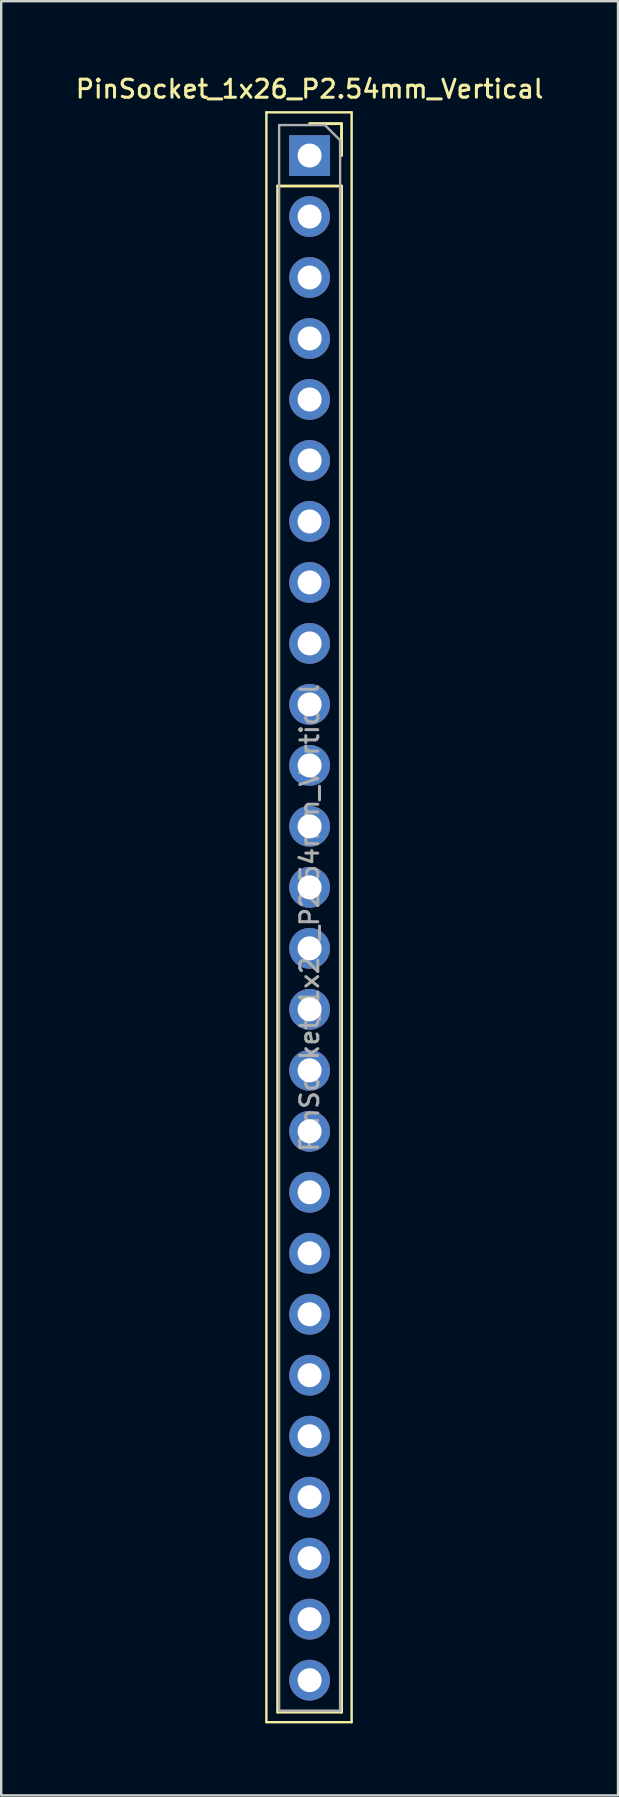
<source format=kicad_pcb>
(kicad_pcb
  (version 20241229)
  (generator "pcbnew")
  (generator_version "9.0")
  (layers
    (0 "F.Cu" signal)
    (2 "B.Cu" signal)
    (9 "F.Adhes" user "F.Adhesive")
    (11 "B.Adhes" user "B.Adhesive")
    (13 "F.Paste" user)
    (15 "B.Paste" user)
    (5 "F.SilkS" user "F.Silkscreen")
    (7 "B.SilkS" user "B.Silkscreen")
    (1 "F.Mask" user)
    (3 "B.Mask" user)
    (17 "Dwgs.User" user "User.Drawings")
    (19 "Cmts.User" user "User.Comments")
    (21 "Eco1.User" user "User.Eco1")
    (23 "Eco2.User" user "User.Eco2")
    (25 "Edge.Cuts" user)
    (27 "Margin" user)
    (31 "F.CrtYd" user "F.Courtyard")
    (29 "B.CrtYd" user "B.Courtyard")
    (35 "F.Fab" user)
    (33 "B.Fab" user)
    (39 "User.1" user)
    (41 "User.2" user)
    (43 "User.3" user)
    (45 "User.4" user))
  (footprint "PinSocket_1x26_P2.54mm_Vertical"
    (layer "F.Cu")
    (at 9.845 3.428)
    (property "Reference" "PinSocket_1x26_P2.54mm_Vertical" (at 0 -2.77 0) (layer "F.SilkS") (effects (font (size 0.75 0.75) (thickness 0.125))))
    (attr through_hole)
    (fp_line (start -1.8 -1.8) (end 1.75 -1.8) (stroke (width 0.1) (type solid)) (layer "F.SilkS"))
    (fp_line (start -1.8 65.25) (end -1.8 -1.8) (stroke (width 0.1) (type solid)) (layer "F.SilkS"))
    (fp_line (start -1.33 1.27) (end -1.33 64.83) (stroke (width 0.12) (type solid)) (layer "F.SilkS"))
    (fp_line (start -1.33 1.27) (end 1.33 1.27) (stroke (width 0.12) (type solid)) (layer "F.SilkS"))
    (fp_line (start -1.33 64.83) (end 1.33 64.83) (stroke (width 0.12) (type solid)) (layer "F.SilkS"))
    (fp_line (start 0 -1.33) (end 1.33 -1.33) (stroke (width 0.12) (type solid)) (layer "F.SilkS"))
    (fp_line (start 1.33 -1.33) (end 1.33 0) (stroke (width 0.12) (type solid)) (layer "F.SilkS"))
    (fp_line (start 1.33 1.27) (end 1.33 64.83) (stroke (width 0.12) (type solid)) (layer "F.SilkS"))
    (fp_line (start 1.75 -1.8) (end 1.75 65.25) (stroke (width 0.1) (type solid)) (layer "F.SilkS"))
    (fp_line (start 1.75 65.25) (end -1.8 65.25) (stroke (width 0.1) (type solid)) (layer "F.SilkS"))
    (fp_line (start -1.27 -1.27) (end 0.635 -1.27) (stroke (width 0.1) (type solid)) (layer "F.Fab"))
    (fp_line (start -1.27 64.77) (end -1.27 -1.27) (stroke (width 0.1) (type solid)) (layer "F.Fab"))
    (fp_line (start 0.635 -1.27) (end 1.27 -0.635) (stroke (width 0.1) (type solid)) (layer "F.Fab"))
    (fp_line (start 1.27 -0.635) (end 1.27 64.77) (stroke (width 0.1) (type solid)) (layer "F.Fab"))
    (fp_line (start 1.27 64.77) (end -1.27 64.77) (stroke (width 0.1) (type solid)) (layer "F.Fab"))
    (fp_text user "${REFERENCE}" (at 0 31.75 90) (layer "F.Fab") (effects (font (size 0.75 0.75) (thickness 0.125))))
    (pad "1" thru_hole rect (at 0 0) (size 1.7 1.7) (drill 1) (layers "*.Cu" "*.Mask"))
    (pad "2" thru_hole oval (at 0 2.54) (size 1.7 1.7) (drill 1) (layers "*.Cu" "*.Mask"))
    (pad "3" thru_hole oval (at 0 5.08) (size 1.7 1.7) (drill 1) (layers "*.Cu" "*.Mask"))
    (pad "4" thru_hole oval (at 0 7.62) (size 1.7 1.7) (drill 1) (layers "*.Cu" "*.Mask"))
    (pad "5" thru_hole oval (at 0 10.16) (size 1.7 1.7) (drill 1) (layers "*.Cu" "*.Mask"))
    (pad "6" thru_hole oval (at 0 12.7) (size 1.7 1.7) (drill 1) (layers "*.Cu" "*.Mask"))
    (pad "7" thru_hole oval (at 0 15.24) (size 1.7 1.7) (drill 1) (layers "*.Cu" "*.Mask"))
    (pad "8" thru_hole oval (at 0 17.78) (size 1.7 1.7) (drill 1) (layers "*.Cu" "*.Mask"))
    (pad "9" thru_hole oval (at 0 20.32) (size 1.7 1.7) (drill 1) (layers "*.Cu" "*.Mask"))
    (pad "10" thru_hole oval (at 0 22.86) (size 1.7 1.7) (drill 1) (layers "*.Cu" "*.Mask"))
    (pad "11" thru_hole oval (at 0 25.4) (size 1.7 1.7) (drill 1) (layers "*.Cu" "*.Mask"))
    (pad "12" thru_hole oval (at 0 27.94) (size 1.7 1.7) (drill 1) (layers "*.Cu" "*.Mask"))
    (pad "13" thru_hole oval (at 0 30.48) (size 1.7 1.7) (drill 1) (layers "*.Cu" "*.Mask"))
    (pad "14" thru_hole oval (at 0 33.02) (size 1.7 1.7) (drill 1) (layers "*.Cu" "*.Mask"))
    (pad "15" thru_hole oval (at 0 35.56) (size 1.7 1.7) (drill 1) (layers "*.Cu" "*.Mask"))
    (pad "16" thru_hole oval (at 0 38.1) (size 1.7 1.7) (drill 1) (layers "*.Cu" "*.Mask"))
    (pad "17" thru_hole oval (at 0 40.64) (size 1.7 1.7) (drill 1) (layers "*.Cu" "*.Mask"))
    (pad "18" thru_hole oval (at 0 43.18) (size 1.7 1.7) (drill 1) (layers "*.Cu" "*.Mask"))
    (pad "19" thru_hole oval (at 0 45.72) (size 1.7 1.7) (drill 1) (layers "*.Cu" "*.Mask"))
    (pad "20" thru_hole oval (at 0 48.26) (size 1.7 1.7) (drill 1) (layers "*.Cu" "*.Mask"))
    (pad "21" thru_hole oval (at 0 50.8) (size 1.7 1.7) (drill 1) (layers "*.Cu" "*.Mask"))
    (pad "22" thru_hole oval (at 0 53.34) (size 1.7 1.7) (drill 1) (layers "*.Cu" "*.Mask"))
    (pad "23" thru_hole oval (at 0 55.88) (size 1.7 1.7) (drill 1) (layers "*.Cu" "*.Mask"))
    (pad "24" thru_hole oval (at 0 58.42) (size 1.7 1.7) (drill 1) (layers "*.Cu" "*.Mask"))
    (pad "25" thru_hole oval (at 0 60.96) (size 1.7 1.7) (drill 1) (layers "*.Cu" "*.Mask"))
    (pad "26" thru_hole oval (at 0 63.5) (size 1.7 1.7) (drill 1) (layers "*.Cu" "*.Mask")))
  (gr_rect
    (start -3 -3)
    (end 22.689 71.728)
    (stroke (width 0.1) (type default))
    (fill no)
    (layer "Edge.Cuts")))
</source>
